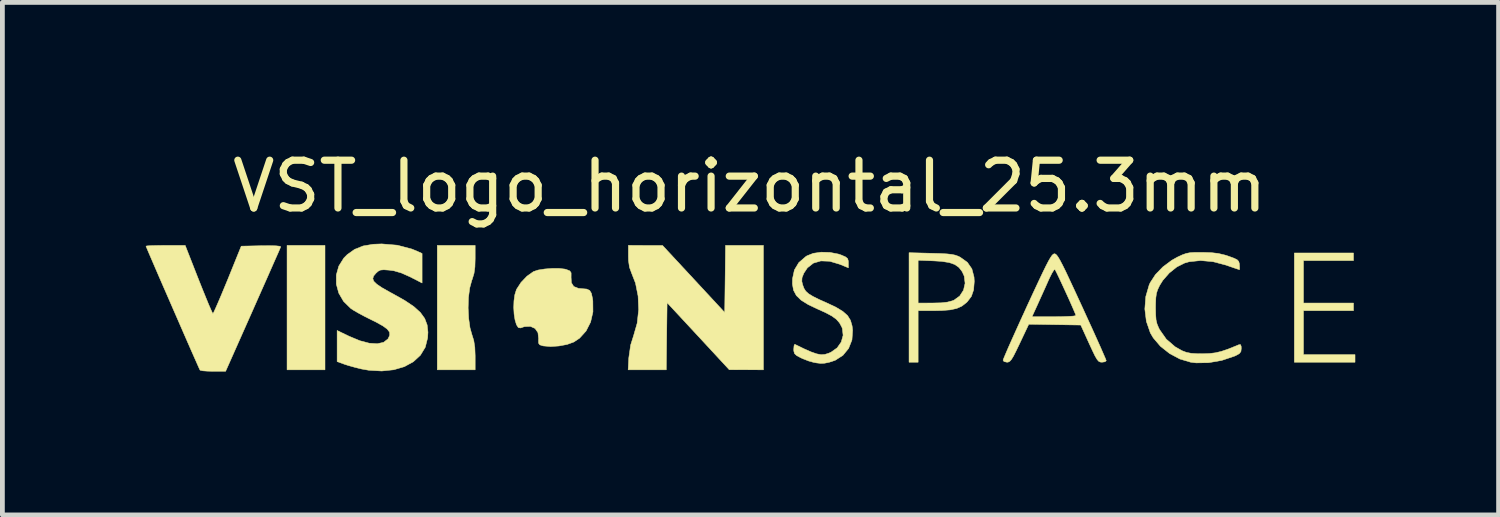
<source format=kicad_pcb>
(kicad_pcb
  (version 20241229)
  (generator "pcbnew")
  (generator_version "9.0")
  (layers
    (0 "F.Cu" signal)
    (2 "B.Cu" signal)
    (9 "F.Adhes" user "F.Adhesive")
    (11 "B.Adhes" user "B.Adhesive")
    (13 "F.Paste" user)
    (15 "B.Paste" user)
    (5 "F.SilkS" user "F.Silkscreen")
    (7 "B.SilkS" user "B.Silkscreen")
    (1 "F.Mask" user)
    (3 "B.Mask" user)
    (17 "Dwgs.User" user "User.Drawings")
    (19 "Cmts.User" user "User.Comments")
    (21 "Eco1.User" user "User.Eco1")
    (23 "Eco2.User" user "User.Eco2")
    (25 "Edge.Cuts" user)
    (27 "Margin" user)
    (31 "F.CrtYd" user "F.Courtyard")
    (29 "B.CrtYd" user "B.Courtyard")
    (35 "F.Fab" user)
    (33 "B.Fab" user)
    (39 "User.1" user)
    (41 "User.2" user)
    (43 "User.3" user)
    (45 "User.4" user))
  (footprint "VST_logo_horizontal_25.3mm"
    (layer "F.Cu")
    (at 12.642 3.388)
    (property "Reference" "VST_logo_horizontal_25.3mm" (at 0 -2.54 0) (layer "F.SilkS") (effects (font (size 1 1) (thickness 0.15))))
    (attr through_hole)
    (fp_poly (pts (xy -8.89 1.302) (xy -9.684 1.302) (xy -9.684 -1.302) (xy -8.89 -1.302) (xy -8.89 1.302)) (stroke (width 0.01) (type solid)) (fill yes) (layer "F.SilkS"))
    (fp_poly (pts (xy 12.636 -0.984) (xy 11.589 -0.984) (xy 11.589 -0.095) (xy 12.636 -0.095) (xy 12.636 0.064) (xy 11.589 0.064) (xy 11.589 0.984) (xy 12.668 0.984) (xy 12.668 1.143) (xy 11.398 1.143) (xy 11.398 -1.143) (xy 12.636 -1.143) (xy 12.636 -0.984)) (stroke (width 0.01) (type solid)) (fill yes) (layer "F.SilkS"))
    (fp_poly (pts (xy -5.747 -1.024) (xy -5.752 -0.851) (xy -5.771 -0.716) (xy -5.808 -0.594) (xy -5.817 -0.572) (xy -5.861 -0.412) (xy -5.887 -0.213) (xy -5.894 0.007) (xy -5.883 0.226) (xy -5.855 0.424) (xy -5.818 0.555) (xy -5.776 0.69) (xy -5.754 0.832) (xy -5.747 1.009) (xy -5.747 1.023) (xy -5.747 1.302) (xy -6.54 1.302) (xy -6.54 -1.302) (xy -5.747 -1.302) (xy -5.747 -1.024)) (stroke (width 0.01) (type solid)) (fill yes) (layer "F.SilkS"))
    (fp_poly (pts (xy 0.286 -1.302) (xy 0.286 1.302) (xy -0.071 1.301) (xy -0.429 1.3) (xy -1.079 0.598) (xy -1.73 -0.103) (xy -1.739 0.599) (xy -1.747 1.302) (xy -2.545 1.302) (xy -2.532 1.056) (xy -2.493 0.784) (xy -2.431 0.587) (xy -2.356 0.326) (xy -2.325 0.045) (xy -2.337 -0.241) (xy -2.391 -0.512) (xy -2.476 -0.73) (xy -2.518 -0.845) (xy -2.538 -0.988) (xy -2.54 -1.078) (xy -2.54 -1.302) (xy -2.183 -1.301) (xy -1.826 -1.301) (xy -1.175 -0.6) (xy -0.524 0.102) (xy -0.515 -0.6) (xy -0.507 -1.302) (xy -0.111 -1.302) (xy 0.286 -1.302)) (stroke (width 0.01) (type solid)) (fill yes) (layer "F.SilkS"))
    (fp_poly (pts (xy 3.802 -1.137) (xy 3.991 -1.132) (xy 4.129 -1.124) (xy 4.229 -1.113) (xy 4.304 -1.097) (xy 4.366 -1.074) (xy 4.404 -1.055) (xy 4.554 -0.948) (xy 4.649 -0.811) (xy 4.694 -0.639) (xy 4.699 -0.547) (xy 4.685 -0.371) (xy 4.639 -0.236) (xy 4.554 -0.124) (xy 4.535 -0.105) (xy 4.442 -0.033) (xy 4.333 0.017) (xy 4.197 0.047) (xy 4.02 0.061) (xy 3.875 0.064) (xy 3.524 0.064) (xy 3.524 1.143) (xy 3.334 1.143) (xy 3.334 -0.095) (xy 3.524 -0.095) (xy 3.834 -0.096) (xy 4.009 -0.1) (xy 4.138 -0.115) (xy 4.236 -0.141) (xy 4.273 -0.155) (xy 4.394 -0.242) (xy 4.474 -0.365) (xy 4.507 -0.509) (xy 4.489 -0.658) (xy 4.446 -0.753) (xy 4.379 -0.84) (xy 4.292 -0.902) (xy 4.174 -0.943) (xy 4.014 -0.968) (xy 3.85 -0.978) (xy 3.524 -0.991) (xy 3.524 -0.095) (xy 3.334 -0.095) (xy 3.334 -1.149) (xy 3.802 -1.137)) (stroke (width 0.01) (type solid)) (fill yes) (layer "F.SilkS"))
    (fp_poly (pts (xy -3.989 -0.82) (xy -3.868 -0.806) (xy -3.837 -0.797) (xy -3.766 -0.768) (xy -3.739 -0.728) (xy -3.739 -0.653) (xy -3.74 -0.643) (xy -3.733 -0.52) (xy -3.684 -0.442) (xy -3.587 -0.403) (xy -3.509 -0.396) (xy -3.412 -0.388) (xy -3.35 -0.359) (xy -3.314 -0.298) (xy -3.291 -0.19) (xy -3.284 -0.139) (xy -3.282 0.09) (xy -3.331 0.303) (xy -3.426 0.49) (xy -3.563 0.641) (xy -3.684 0.721) (xy -3.822 0.771) (xy -3.993 0.803) (xy -4.168 0.815) (xy -4.32 0.802) (xy -4.334 0.799) (xy -4.395 0.779) (xy -4.42 0.744) (xy -4.421 0.671) (xy -4.419 0.65) (xy -4.433 0.524) (xy -4.493 0.437) (xy -4.59 0.393) (xy -4.715 0.398) (xy -4.798 0.426) (xy -4.844 0.418) (xy -4.882 0.359) (xy -4.912 0.261) (xy -4.932 0.137) (xy -4.94 -0.001) (xy -4.935 -0.14) (xy -4.917 -0.269) (xy -4.884 -0.375) (xy -4.88 -0.384) (xy -4.787 -0.527) (xy -4.662 -0.658) (xy -4.529 -0.752) (xy -4.526 -0.754) (xy -4.43 -0.786) (xy -4.293 -0.808) (xy -4.138 -0.82) (xy -3.989 -0.82)) (stroke (width 0.01) (type solid)) (fill yes) (layer "F.SilkS"))
    (fp_poly (pts (xy -11.536 -0.588) (xy -11.457 -0.39) (xy -11.385 -0.213) (xy -11.324 -0.064) (xy -11.276 0.046) (xy -11.245 0.112) (xy -11.236 0.126) (xy -11.219 0.098) (xy -11.182 0.019) (xy -11.129 -0.102) (xy -11.062 -0.259) (xy -10.986 -0.442) (xy -10.929 -0.579) (xy -10.643 -1.286) (xy -10.224 -1.295) (xy -10.046 -1.296) (xy -9.915 -1.293) (xy -9.836 -1.284) (xy -9.816 -1.273) (xy -9.831 -1.238) (xy -9.868 -1.152) (xy -9.927 -1.019) (xy -10.003 -0.847) (xy -10.094 -0.64) (xy -10.198 -0.406) (xy -10.312 -0.149) (xy -10.398 0.046) (xy -10.97 1.333) (xy -11.23 1.333) (xy -11.352 1.33) (xy -11.447 1.323) (xy -11.501 1.311) (xy -11.506 1.307) (xy -11.523 1.272) (xy -11.561 1.187) (xy -11.618 1.058) (xy -11.691 0.893) (xy -11.776 0.699) (xy -11.87 0.484) (xy -11.97 0.254) (xy -12.074 0.016) (xy -12.177 -0.221) (xy -12.278 -0.452) (xy -12.372 -0.668) (xy -12.456 -0.863) (xy -12.528 -1.03) (xy -12.584 -1.16) (xy -12.621 -1.248) (xy -12.636 -1.286) (xy -12.636 -1.287) (xy -12.607 -1.292) (xy -12.525 -1.297) (xy -12.404 -1.3) (xy -12.255 -1.302) (xy -12.226 -1.302) (xy -11.816 -1.302) (xy -11.536 -0.588)) (stroke (width 0.01) (type solid)) (fill yes) (layer "F.SilkS"))
    (fp_poly (pts (xy -7.377 -1.306) (xy -7.076 -1.227) (xy -6.977 -1.187) (xy -6.858 -1.133) (xy -6.858 -0.515) (xy -7.104 -0.641) (xy -7.286 -0.723) (xy -7.445 -0.77) (xy -7.546 -0.784) (xy -7.658 -0.792) (xy -7.728 -0.786) (xy -7.778 -0.761) (xy -7.823 -0.72) (xy -7.873 -0.661) (xy -7.889 -0.606) (xy -7.869 -0.551) (xy -7.806 -0.49) (xy -7.697 -0.416) (xy -7.536 -0.325) (xy -7.46 -0.284) (xy -7.217 -0.147) (xy -7.03 -0.021) (xy -6.894 0.102) (xy -6.803 0.228) (xy -6.752 0.363) (xy -6.735 0.515) (xy -6.742 0.633) (xy -6.791 0.829) (xy -6.893 0.997) (xy -7.041 1.133) (xy -7.229 1.236) (xy -7.451 1.301) (xy -7.702 1.327) (xy -7.975 1.311) (xy -8.128 1.284) (xy -8.265 1.25) (xy -8.404 1.211) (xy -8.485 1.185) (xy -8.636 1.13) (xy -8.636 0.479) (xy -8.382 0.601) (xy -8.161 0.693) (xy -7.964 0.745) (xy -7.796 0.756) (xy -7.664 0.727) (xy -7.574 0.657) (xy -7.567 0.647) (xy -7.535 0.577) (xy -7.539 0.514) (xy -7.586 0.451) (xy -7.68 0.382) (xy -7.826 0.301) (xy -7.912 0.259) (xy -8.056 0.187) (xy -8.19 0.115) (xy -8.297 0.053) (xy -8.35 0.018) (xy -8.501 -0.13) (xy -8.602 -0.304) (xy -8.653 -0.492) (xy -8.653 -0.684) (xy -8.601 -0.869) (xy -8.497 -1.036) (xy -8.425 -1.109) (xy -8.27 -1.219) (xy -8.093 -1.29) (xy -7.881 -1.326) (xy -7.702 -1.333) (xy -7.377 -1.306)) (stroke (width 0.01) (type solid)) (fill yes) (layer "F.SilkS"))
    (fp_poly (pts (xy 1.678 -1.155) (xy 1.854 -1.121) (xy 1.913 -1.101) (xy 2.003 -1.062) (xy 2.048 -1.026) (xy 2.063 -0.975) (xy 2.064 -0.938) (xy 2.064 -0.833) (xy 1.881 -0.908) (xy 1.673 -0.97) (xy 1.489 -0.977) (xy 1.332 -0.931) (xy 1.206 -0.832) (xy 1.131 -0.719) (xy 1.094 -0.626) (xy 1.09 -0.549) (xy 1.107 -0.478) (xy 1.134 -0.404) (xy 1.172 -0.344) (xy 1.231 -0.29) (xy 1.321 -0.235) (xy 1.451 -0.17) (xy 1.604 -0.102) (xy 1.802 -0.009) (xy 1.946 0.078) (xy 2.046 0.166) (xy 2.108 0.265) (xy 2.142 0.383) (xy 2.153 0.475) (xy 2.139 0.677) (xy 2.069 0.854) (xy 1.95 0.999) (xy 1.788 1.103) (xy 1.661 1.145) (xy 1.565 1.164) (xy 1.486 1.168) (xy 1.394 1.157) (xy 1.332 1.145) (xy 1.235 1.118) (xy 1.119 1.073) (xy 1.07 1.051) (xy 0.982 1.004) (xy 0.937 0.962) (xy 0.922 0.908) (xy 0.921 0.868) (xy 0.927 0.798) (xy 0.941 0.768) (xy 0.945 0.769) (xy 1.138 0.863) (xy 1.286 0.928) (xy 1.401 0.968) (xy 1.492 0.985) (xy 1.571 0.98) (xy 1.649 0.956) (xy 1.702 0.933) (xy 1.83 0.842) (xy 1.915 0.72) (xy 1.954 0.58) (xy 1.938 0.437) (xy 1.927 0.408) (xy 1.879 0.32) (xy 1.813 0.245) (xy 1.717 0.175) (xy 1.58 0.102) (xy 1.433 0.036) (xy 1.227 -0.061) (xy 1.076 -0.155) (xy 0.975 -0.253) (xy 0.916 -0.364) (xy 0.893 -0.495) (xy 0.895 -0.605) (xy 0.935 -0.789) (xy 1.026 -0.941) (xy 1.174 -1.069) (xy 1.198 -1.084) (xy 1.329 -1.136) (xy 1.496 -1.16) (xy 1.678 -1.155)) (stroke (width 0.01) (type solid)) (fill yes) (layer "F.SilkS"))
    (fp_poly (pts (xy 9.661 -1.15) (xy 9.807 -1.133) (xy 9.941 -1.101) (xy 10.017 -1.077) (xy 10.132 -1.035) (xy 10.199 -1.003) (xy 10.233 -0.968) (xy 10.247 -0.921) (xy 10.249 -0.897) (xy 10.253 -0.827) (xy 10.25 -0.794) (xy 10.249 -0.794) (xy 10.217 -0.804) (xy 10.139 -0.83) (xy 10.029 -0.868) (xy 9.97 -0.889) (xy 9.697 -0.961) (xy 9.436 -0.985) (xy 9.197 -0.96) (xy 9.104 -0.934) (xy 8.94 -0.852) (xy 8.781 -0.725) (xy 8.645 -0.57) (xy 8.579 -0.464) (xy 8.538 -0.378) (xy 8.512 -0.298) (xy 8.499 -0.205) (xy 8.494 -0.078) (xy 8.493 0) (xy 8.496 0.15) (xy 8.504 0.257) (xy 8.524 0.341) (xy 8.557 0.421) (xy 8.579 0.463) (xy 8.718 0.661) (xy 8.904 0.821) (xy 9.047 0.902) (xy 9.139 0.937) (xy 9.24 0.957) (xy 9.37 0.965) (xy 9.477 0.966) (xy 9.621 0.961) (xy 9.745 0.946) (xy 9.869 0.917) (xy 10.011 0.869) (xy 10.187 0.798) (xy 10.231 0.779) (xy 10.27 0.773) (xy 10.285 0.809) (xy 10.287 0.855) (xy 10.28 0.919) (xy 10.247 0.962) (xy 10.175 1.003) (xy 10.145 1.016) (xy 9.879 1.105) (xy 9.604 1.153) (xy 9.342 1.157) (xy 9.228 1.143) (xy 9.002 1.076) (xy 8.787 0.961) (xy 8.596 0.81) (xy 8.446 0.634) (xy 8.384 0.529) (xy 8.301 0.288) (xy 8.269 0.029) (xy 8.289 -0.231) (xy 8.36 -0.476) (xy 8.382 -0.523) (xy 8.491 -0.691) (xy 8.646 -0.851) (xy 8.832 -0.99) (xy 8.947 -1.055) (xy 9.05 -1.103) (xy 9.133 -1.133) (xy 9.219 -1.15) (xy 9.326 -1.156) (xy 9.477 -1.156) (xy 9.661 -1.15)) (stroke (width 0.01) (type solid)) (fill yes) (layer "F.SilkS"))
    (fp_poly (pts (xy 6.398 -1.121) (xy 6.423 -1.1) (xy 6.454 -1.058) (xy 6.494 -0.99) (xy 6.546 -0.891) (xy 6.613 -0.756) (xy 6.696 -0.579) (xy 6.8 -0.356) (xy 6.927 -0.081) (xy 6.954 -0.023) (xy 7.067 0.225) (xy 7.172 0.454) (xy 7.265 0.66) (xy 7.343 0.834) (xy 7.403 0.972) (xy 7.444 1.066) (xy 7.461 1.11) (xy 7.461 1.112) (xy 7.434 1.134) (xy 7.372 1.143) (xy 7.334 1.139) (xy 7.301 1.122) (xy 7.268 1.082) (xy 7.226 1.011) (xy 7.172 0.899) (xy 7.105 0.754) (xy 6.928 0.365) (xy 5.84 0.348) (xy 5.652 0.745) (xy 5.575 0.905) (xy 5.519 1.016) (xy 5.476 1.086) (xy 5.441 1.125) (xy 5.408 1.141) (xy 5.383 1.143) (xy 5.322 1.129) (xy 5.302 1.101) (xy 5.315 1.064) (xy 5.352 0.976) (xy 5.409 0.843) (xy 5.485 0.672) (xy 5.576 0.47) (xy 5.678 0.244) (xy 5.703 0.191) (xy 5.907 0.191) (xy 6.367 0.191) (xy 6.529 0.189) (xy 6.667 0.184) (xy 6.768 0.178) (xy 6.821 0.169) (xy 6.826 0.165) (xy 6.814 0.129) (xy 6.779 0.047) (xy 6.729 -0.068) (xy 6.668 -0.205) (xy 6.601 -0.351) (xy 6.535 -0.494) (xy 6.475 -0.622) (xy 6.426 -0.724) (xy 6.394 -0.787) (xy 6.385 -0.801) (xy 6.364 -0.784) (xy 6.325 -0.721) (xy 6.275 -0.622) (xy 6.248 -0.563) (xy 6.177 -0.403) (xy 6.097 -0.227) (xy 6.026 -0.069) (xy 6.02 -0.056) (xy 5.907 0.191) (xy 5.703 0.191) (xy 5.79 -0.001) (xy 5.805 -0.034) (xy 5.936 -0.317) (xy 6.044 -0.548) (xy 6.131 -0.732) (xy 6.2 -0.873) (xy 6.254 -0.977) (xy 6.296 -1.049) (xy 6.328 -1.095) (xy 6.354 -1.119) (xy 6.375 -1.127) (xy 6.378 -1.127) (xy 6.398 -1.121)) (stroke (width 0.01) (type solid)) (fill yes) (layer "F.SilkS")))
  (gr_rect
    (start -3 -3)
    (end 28.315 7.727)
    (stroke (width 0.1) (type default))
    (fill no)
    (layer "Edge.Cuts")))
</source>
